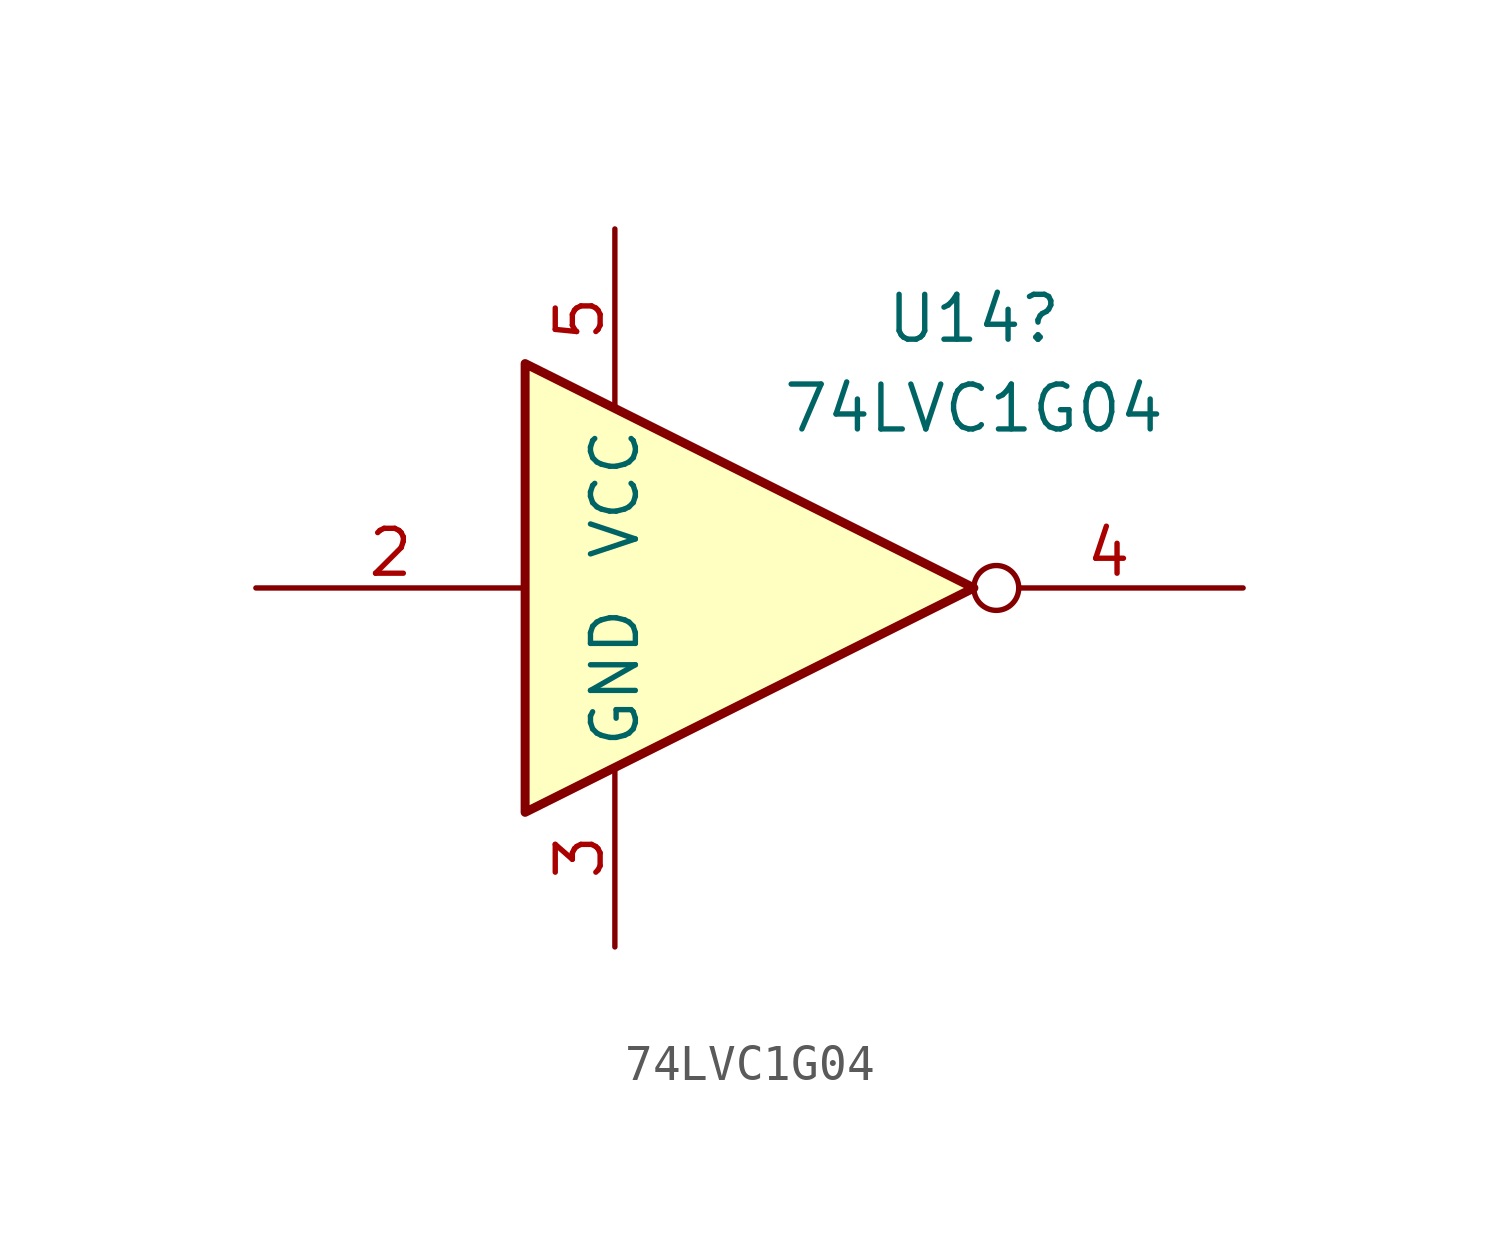
<source format=kicad_sym>
(kicad_symbol_lib
  (version 20231120)
  (generator "kicad_symbol_editor")
  (generator_version "8.0")
  (symbol "74LVC1G04"
    (property "Reference" "U14"
      (at 5.08 7.62 0)
      (effects (font (size 1.27 1.27))))
    (property "Value" "74LVC1G04"
      (at 5.08 5.08 0)
      (effects (font (size 1.27 1.27))))
    (symbol "74LVC1G04_0_1"
      (polyline (pts (xy -7.62 6.35) (xy -7.62 -6.35) (xy 5.08 0) (xy -7.62 6.35)) (stroke (width 0.254) (type default)) (fill (type background))))
    (symbol "74LVC1G04_1_1"
      (pin no_connect line (at -15.24 5.08 180) (length 0) hide (name "NC" (effects (font (size 1.27 1.27)))) (number "1" (effects (font (size 1.27 1.27)))))
      (pin input line (at -15.24 0 0) (length 7.62) (name "~" (effects (font (size 1.27 1.27)))) (number "2" (effects (font (size 1.27 1.27)))))
      (pin power_in line (at -5.08 -10.16 90) (length 5.08) (name "GND" (effects (font (size 1.27 1.27)))) (number "3" (effects (font (size 1.27 1.27)))))
      (pin output inverted (at 12.7 0 180) (length 7.62) (name "~" (effects (font (size 1.27 1.27)))) (number "4" (effects (font (size 1.27 1.27)))))
      (pin power_in line (at -5.08 10.16 270) (length 5.08) (name "VCC" (effects (font (size 1.27 1.27)))) (number "5" (effects (font (size 1.27 1.27))))))))
</source>
